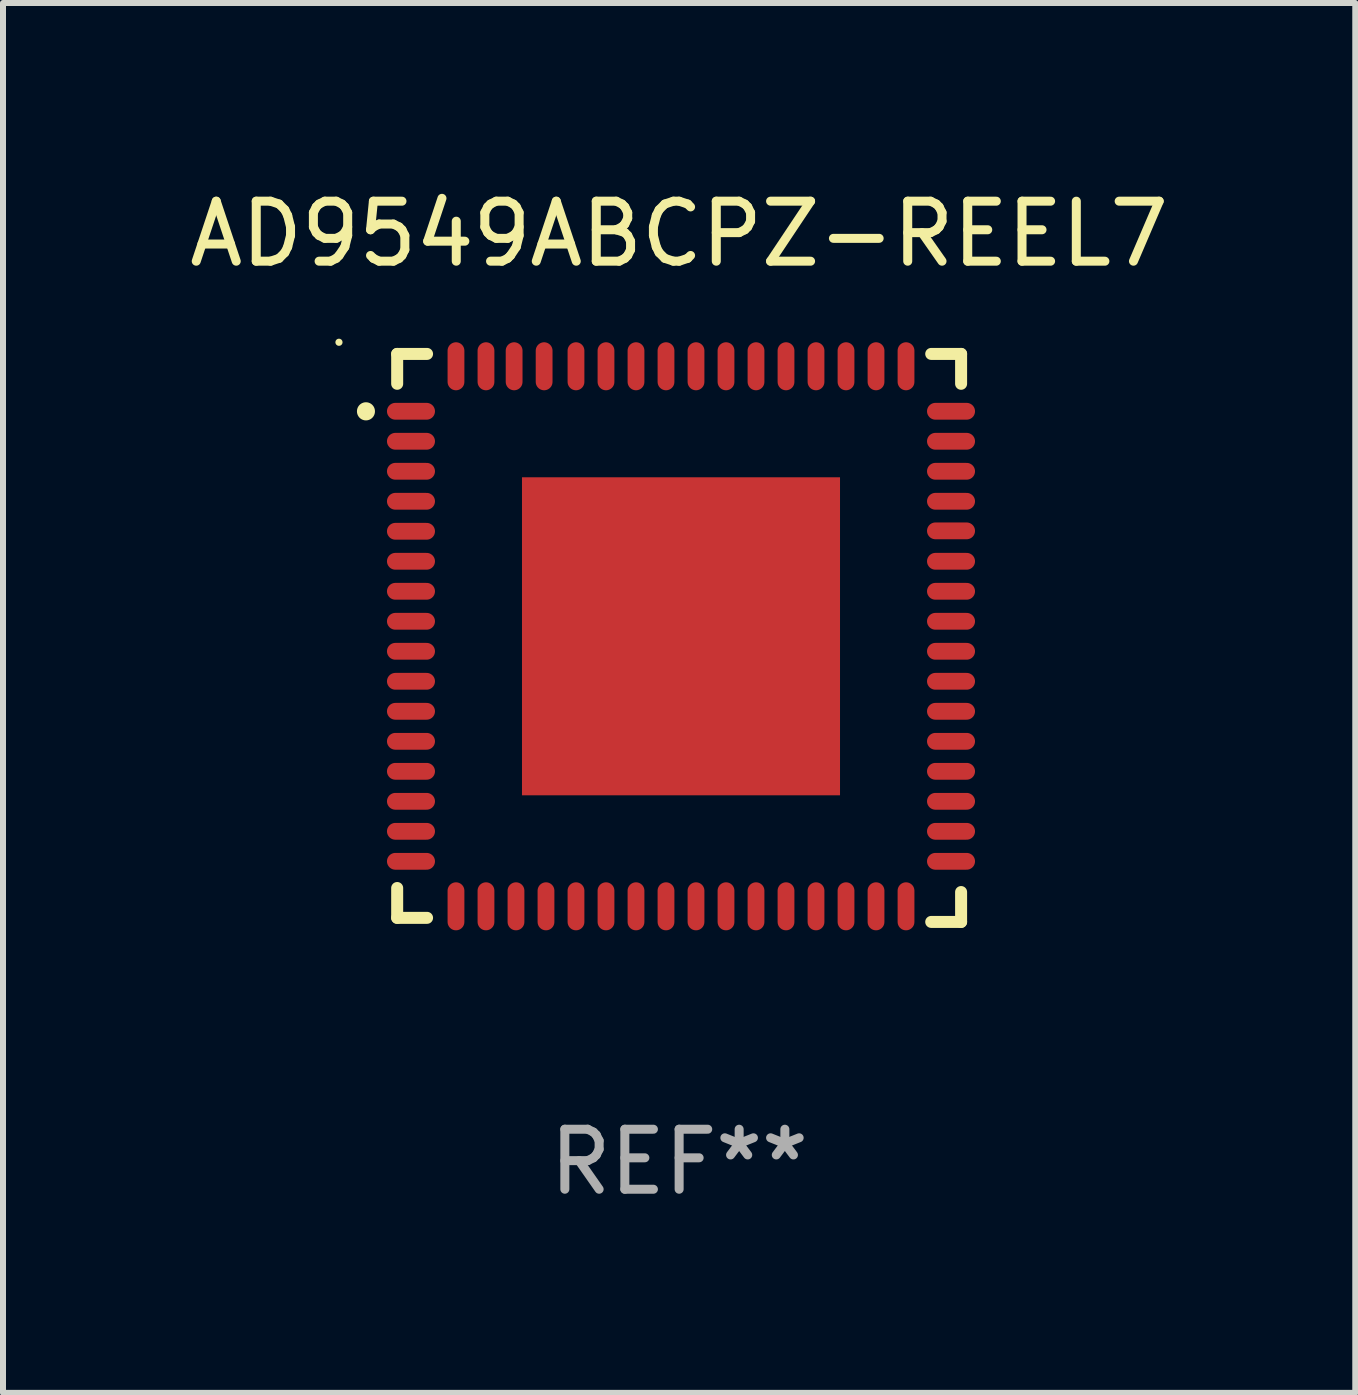
<source format=kicad_pcb>
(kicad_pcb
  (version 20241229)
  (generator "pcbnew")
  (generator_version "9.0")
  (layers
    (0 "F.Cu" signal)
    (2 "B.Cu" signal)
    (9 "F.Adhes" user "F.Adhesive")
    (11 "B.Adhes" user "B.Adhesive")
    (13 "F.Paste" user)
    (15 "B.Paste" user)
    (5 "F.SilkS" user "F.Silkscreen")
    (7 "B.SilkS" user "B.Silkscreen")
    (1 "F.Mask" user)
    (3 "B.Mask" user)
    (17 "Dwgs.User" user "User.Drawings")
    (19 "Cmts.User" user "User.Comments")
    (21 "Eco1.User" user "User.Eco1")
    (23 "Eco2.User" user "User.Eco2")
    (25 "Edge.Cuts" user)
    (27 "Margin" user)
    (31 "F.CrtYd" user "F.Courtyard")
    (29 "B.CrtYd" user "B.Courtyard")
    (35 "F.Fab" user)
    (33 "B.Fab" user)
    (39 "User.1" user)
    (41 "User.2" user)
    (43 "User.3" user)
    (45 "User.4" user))
  (footprint "AD9549ABCPZ-REEL7"
    (layer "F.Cu")
    (at 8.268 7.581)
    (property "Reference" "AD9549ABCPZ-REEL7" (at 0 -6.733 0) (layer "F.SilkS") (effects (font (size 1 1) (thickness 0.15))))
    (attr through_hole)
    (fp_line (start -4.699 -4.733) (end -4.201 -4.733) (stroke (width 0.2) (type solid)) (layer "F.SilkS"))
    (fp_line (start -4.699 -4.235) (end -4.699 -4.733) (stroke (width 0.2) (type solid)) (layer "F.SilkS"))
    (fp_line (start -4.699 4.168) (end -4.699 4.665) (stroke (width 0.2) (type solid)) (layer "F.SilkS"))
    (fp_line (start -4.699 4.665) (end -4.201 4.665) (stroke (width 0.2) (type solid)) (layer "F.SilkS"))
    (fp_line (start 4.201 -4.733) (end 4.699 -4.733) (stroke (width 0.2) (type solid)) (layer "F.SilkS"))
    (fp_line (start 4.201 4.733) (end 4.699 4.733) (stroke (width 0.2) (type solid)) (layer "F.SilkS"))
    (fp_line (start 4.699 -4.733) (end 4.699 -4.235) (stroke (width 0.2) (type solid)) (layer "F.SilkS"))
    (fp_line (start 4.699 4.733) (end 4.699 4.235) (stroke (width 0.2) (type solid)) (layer "F.SilkS"))
    (fp_arc (start -5.219304 -3.774867) (mid -5.219309 -3.776137) (end -5.219304 -3.777407) (stroke (width 0.3) (type solid)) (layer "F.SilkS"))
    (fp_circle (center -5.669 -4.927) (end -5.639 -4.927) (stroke (width 0.06) (type solid)) (fill no) (layer "F.SilkS"))
    (fp_text user "REF**" (at 0 8.733 0) (layer "F.Fab") (effects (font (size 1 1) (thickness 0.15))))
    (pad "1" smd oval (at -4.469 -3.777 90) (size 0.28 0.8) (layers "F.Cu" "F.Mask" "F.Paste"))
    (pad "2" smd oval (at -4.469 -3.277 90) (size 0.28 0.8) (layers "F.Cu" "F.Mask" "F.Paste"))
    (pad "3" smd oval (at -4.469 -2.777 90) (size 0.28 0.8) (layers "F.Cu" "F.Mask" "F.Paste"))
    (pad "4" smd oval (at -4.469 -2.277 90) (size 0.28 0.8) (layers "F.Cu" "F.Mask" "F.Paste"))
    (pad "5" smd oval (at -4.469 -1.777 90) (size 0.28 0.8) (layers "F.Cu" "F.Mask" "F.Paste"))
    (pad "6" smd oval (at -4.469 -1.277 90) (size 0.28 0.8) (layers "F.Cu" "F.Mask" "F.Paste"))
    (pad "7" smd oval (at -4.469 -0.777 90) (size 0.28 0.8) (layers "F.Cu" "F.Mask" "F.Paste"))
    (pad "8" smd oval (at -4.469 -0.277 90) (size 0.28 0.8) (layers "F.Cu" "F.Mask" "F.Paste"))
    (pad "9" smd oval (at -4.469 0.223 90) (size 0.28 0.8) (layers "F.Cu" "F.Mask" "F.Paste"))
    (pad "10" smd oval (at -4.469 0.723 90) (size 0.28 0.8) (layers "F.Cu" "F.Mask" "F.Paste"))
    (pad "11" smd oval (at -4.469 1.223 90) (size 0.28 0.8) (layers "F.Cu" "F.Mask" "F.Paste"))
    (pad "12" smd oval (at -4.469 1.723 90) (size 0.28 0.8) (layers "F.Cu" "F.Mask" "F.Paste"))
    (pad "13" smd oval (at -4.469 2.223 90) (size 0.28 0.8) (layers "F.Cu" "F.Mask" "F.Paste"))
    (pad "14" smd oval (at -4.469 2.723 90) (size 0.28 0.8) (layers "F.Cu" "F.Mask" "F.Paste"))
    (pad "15" smd oval (at -4.469 3.223 90) (size 0.28 0.8) (layers "F.Cu" "F.Mask" "F.Paste"))
    (pad "16" smd oval (at -4.469 3.723 90) (size 0.28 0.8) (layers "F.Cu" "F.Mask" "F.Paste"))
    (pad "17" smd oval (at -3.719 4.473 180) (size 0.28 0.8) (layers "F.Cu" "F.Mask" "F.Paste"))
    (pad "18" smd oval (at -3.219 4.473 180) (size 0.28 0.8) (layers "F.Cu" "F.Mask" "F.Paste"))
    (pad "19" smd oval (at -2.719 4.473 180) (size 0.28 0.8) (layers "F.Cu" "F.Mask" "F.Paste"))
    (pad "20" smd oval (at -2.219 4.473 180) (size 0.28 0.8) (layers "F.Cu" "F.Mask" "F.Paste"))
    (pad "21" smd oval (at -1.719 4.473 180) (size 0.28 0.8) (layers "F.Cu" "F.Mask" "F.Paste"))
    (pad "22" smd oval (at -1.219 4.473 180) (size 0.28 0.8) (layers "F.Cu" "F.Mask" "F.Paste"))
    (pad "23" smd oval (at -0.719 4.473 180) (size 0.28 0.8) (layers "F.Cu" "F.Mask" "F.Paste"))
    (pad "24" smd oval (at -0.219 4.473 180) (size 0.28 0.8) (layers "F.Cu" "F.Mask" "F.Paste"))
    (pad "25" smd oval (at 0.281 4.473 180) (size 0.28 0.8) (layers "F.Cu" "F.Mask" "F.Paste"))
    (pad "26" smd oval (at 0.781 4.473 180) (size 0.28 0.8) (layers "F.Cu" "F.Mask" "F.Paste"))
    (pad "27" smd oval (at 1.281 4.473 180) (size 0.28 0.8) (layers "F.Cu" "F.Mask" "F.Paste"))
    (pad "28" smd oval (at 1.781 4.473 180) (size 0.28 0.8) (layers "F.Cu" "F.Mask" "F.Paste"))
    (pad "29" smd oval (at 2.281 4.473 180) (size 0.28 0.8) (layers "F.Cu" "F.Mask" "F.Paste"))
    (pad "30" smd oval (at 2.781 4.473 180) (size 0.28 0.8) (layers "F.Cu" "F.Mask" "F.Paste"))
    (pad "31" smd oval (at 3.281 4.473 180) (size 0.28 0.8) (layers "F.Cu" "F.Mask" "F.Paste"))
    (pad "32" smd oval (at 3.781 4.473 180) (size 0.28 0.8) (layers "F.Cu" "F.Mask" "F.Paste"))
    (pad "33" smd oval (at 4.531 3.723 270) (size 0.28 0.8) (layers "F.Cu" "F.Mask" "F.Paste"))
    (pad "34" smd oval (at 4.531 3.223 270) (size 0.28 0.8) (layers "F.Cu" "F.Mask" "F.Paste"))
    (pad "35" smd oval (at 4.531 2.723 270) (size 0.28 0.8) (layers "F.Cu" "F.Mask" "F.Paste"))
    (pad "36" smd oval (at 4.531 2.223 270) (size 0.28 0.8) (layers "F.Cu" "F.Mask" "F.Paste"))
    (pad "37" smd oval (at 4.531 1.723 270) (size 0.28 0.8) (layers "F.Cu" "F.Mask" "F.Paste"))
    (pad "38" smd oval (at 4.531 1.223 270) (size 0.28 0.8) (layers "F.Cu" "F.Mask" "F.Paste"))
    (pad "39" smd oval (at 4.531 0.723 270) (size 0.28 0.8) (layers "F.Cu" "F.Mask" "F.Paste"))
    (pad "40" smd oval (at 4.531 0.223 270) (size 0.28 0.8) (layers "F.Cu" "F.Mask" "F.Paste"))
    (pad "41" smd oval (at 4.531 -0.277 270) (size 0.28 0.8) (layers "F.Cu" "F.Mask" "F.Paste"))
    (pad "42" smd oval (at 4.531 -0.777 270) (size 0.28 0.8) (layers "F.Cu" "F.Mask" "F.Paste"))
    (pad "43" smd oval (at 4.531 -1.277 270) (size 0.28 0.8) (layers "F.Cu" "F.Mask" "F.Paste"))
    (pad "44" smd oval (at 4.531 -1.784 270) (size 0.28 0.8) (layers "F.Cu" "F.Mask" "F.Paste"))
    (pad "45" smd oval (at 4.531 -2.277 270) (size 0.28 0.8) (layers "F.Cu" "F.Mask" "F.Paste"))
    (pad "46" smd oval (at 4.531 -2.777 270) (size 0.28 0.8) (layers "F.Cu" "F.Mask" "F.Paste"))
    (pad "47" smd oval (at 4.531 -3.277 270) (size 0.28 0.8) (layers "F.Cu" "F.Mask" "F.Paste"))
    (pad "48" smd oval (at 4.531 -3.777 270) (size 0.28 0.8) (layers "F.Cu" "F.Mask" "F.Paste"))
    (pad "49" smd oval (at 3.781 -4.527) (size 0.28 0.8) (layers "F.Cu" "F.Mask" "F.Paste"))
    (pad "50" smd oval (at 3.281 -4.527) (size 0.28 0.8) (layers "F.Cu" "F.Mask" "F.Paste"))
    (pad "51" smd oval (at 2.781 -4.527) (size 0.28 0.8) (layers "F.Cu" "F.Mask" "F.Paste"))
    (pad "52" smd oval (at 2.281 -4.527) (size 0.28 0.8) (layers "F.Cu" "F.Mask" "F.Paste"))
    (pad "53" smd oval (at 1.781 -4.527) (size 0.28 0.8) (layers "F.Cu" "F.Mask" "F.Paste"))
    (pad "54" smd oval (at 1.281 -4.527) (size 0.28 0.8) (layers "F.Cu" "F.Mask" "F.Paste"))
    (pad "55" smd oval (at 0.781 -4.527) (size 0.28 0.8) (layers "F.Cu" "F.Mask" "F.Paste"))
    (pad "56" smd oval (at 0.281 -4.527) (size 0.28 0.8) (layers "F.Cu" "F.Mask" "F.Paste"))
    (pad "57" smd oval (at -0.219 -4.527) (size 0.28 0.8) (layers "F.Cu" "F.Mask" "F.Paste"))
    (pad "58" smd oval (at -0.719 -4.527) (size 0.28 0.8) (layers "F.Cu" "F.Mask" "F.Paste"))
    (pad "59" smd oval (at -1.219 -4.527) (size 0.28 0.8) (layers "F.Cu" "F.Mask" "F.Paste"))
    (pad "60" smd oval (at -1.719 -4.527) (size 0.28 0.8) (layers "F.Cu" "F.Mask" "F.Paste"))
    (pad "61" smd oval (at -2.25 -4.527) (size 0.28 0.8) (layers "F.Cu" "F.Mask" "F.Paste"))
    (pad "62" smd oval (at -2.75 -4.527) (size 0.28 0.8) (layers "F.Cu" "F.Mask" "F.Paste"))
    (pad "63" smd oval (at -3.219 -4.527) (size 0.28 0.8) (layers "F.Cu" "F.Mask" "F.Paste"))
    (pad "64" smd oval (at -3.719 -4.527) (size 0.28 0.8) (layers "F.Cu" "F.Mask" "F.Paste"))
    (pad "65" smd rect (at 0.031 -0.027) (size 5.3 5.3) (layers "F.Cu" "F.Mask" "F.Paste")))
  (gr_rect
    (start -3 -3)
    (end 19.536 20.162)
    (stroke (width 0.1) (type default))
    (fill no)
    (layer "Edge.Cuts")))
</source>
